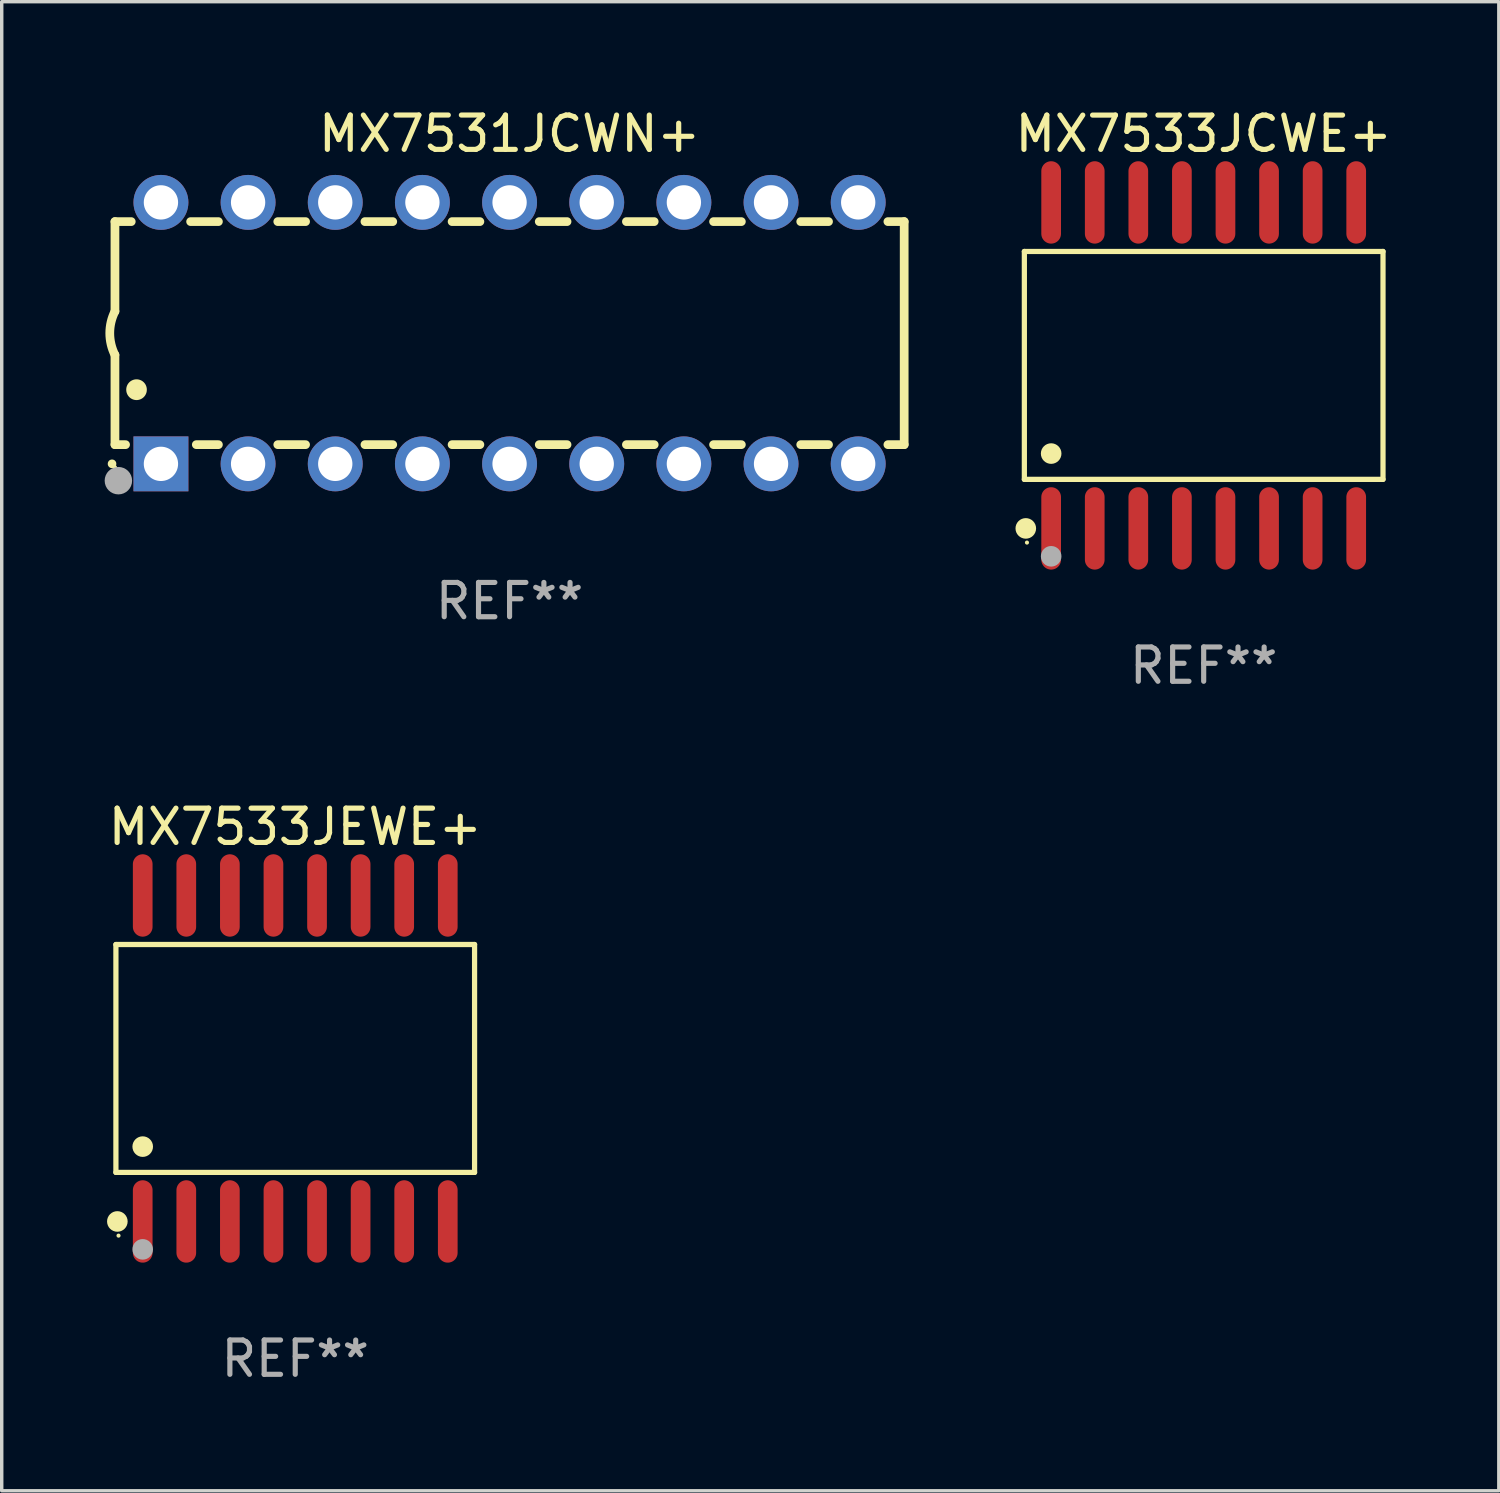
<source format=kicad_pcb>
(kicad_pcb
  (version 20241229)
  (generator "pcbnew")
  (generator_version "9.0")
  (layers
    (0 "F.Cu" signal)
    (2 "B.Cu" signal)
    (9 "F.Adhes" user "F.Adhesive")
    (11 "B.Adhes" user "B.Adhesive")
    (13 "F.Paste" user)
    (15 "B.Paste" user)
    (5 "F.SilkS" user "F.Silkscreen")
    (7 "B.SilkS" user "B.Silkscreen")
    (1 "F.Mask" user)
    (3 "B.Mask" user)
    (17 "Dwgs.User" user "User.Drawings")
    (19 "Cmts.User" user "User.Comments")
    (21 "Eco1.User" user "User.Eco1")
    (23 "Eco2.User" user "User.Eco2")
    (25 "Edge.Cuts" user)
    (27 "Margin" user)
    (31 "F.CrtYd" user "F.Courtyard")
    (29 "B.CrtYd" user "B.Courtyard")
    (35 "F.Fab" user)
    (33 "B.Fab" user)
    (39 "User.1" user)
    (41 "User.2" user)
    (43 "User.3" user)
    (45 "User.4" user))
  (footprint "MX7533JEWE+"
    (layer "F.Cu")
    (at 5.554 27.796)
    (property "Reference" "MX7533JEWE+" (at 0 -6.75 0) (layer "F.SilkS") (effects (font (size 1 1) (thickness 0.15))))
    (attr through_hole)
    (fp_line (start -5.226 -3.321) (end 5.226 -3.321) (stroke (width 0.152) (type solid)) (layer "F.SilkS"))
    (fp_line (start -5.226 3.321) (end -5.226 -3.321) (stroke (width 0.152) (type solid)) (layer "F.SilkS"))
    (fp_line (start 5.226 -3.321) (end 5.226 3.321) (stroke (width 0.152) (type solid)) (layer "F.SilkS"))
    (fp_line (start 5.226 3.321) (end -5.226 3.321) (stroke (width 0.152) (type solid)) (layer "F.SilkS"))
    (fp_circle (center -5.184 4.75) (end -5.034 4.75) (stroke (width 0.3) (type solid)) (fill no) (layer "F.SilkS"))
    (fp_circle (center -5.15 5.163) (end -5.12 5.163) (stroke (width 0.06) (type solid)) (fill no) (layer "F.SilkS"))
    (fp_circle (center -4.445 2.569) (end -4.295 2.569) (stroke (width 0.3) (type solid)) (fill no) (layer "F.SilkS"))
    (fp_circle (center -4.445 5.563) (end -4.295 5.563) (stroke (width 0.3) (type solid)) (fill no) (layer "F.Fab"))
    (fp_text user "REF**" (at 0 8.75 0) (layer "F.Fab") (effects (font (size 1 1) (thickness 0.15))))
    (pad "1" smd oval (at -4.445 4.75) (size 0.574 2.401) (layers "F.Cu" "F.Mask" "F.Paste"))
    (pad "2" smd oval (at -3.175 4.75) (size 0.574 2.401) (layers "F.Cu" "F.Mask" "F.Paste"))
    (pad "3" smd oval (at -1.905 4.75) (size 0.574 2.401) (layers "F.Cu" "F.Mask" "F.Paste"))
    (pad "4" smd oval (at -0.635 4.75) (size 0.574 2.401) (layers "F.Cu" "F.Mask" "F.Paste"))
    (pad "5" smd oval (at 0.635 4.75) (size 0.574 2.401) (layers "F.Cu" "F.Mask" "F.Paste"))
    (pad "6" smd oval (at 1.905 4.75) (size 0.574 2.401) (layers "F.Cu" "F.Mask" "F.Paste"))
    (pad "7" smd oval (at 3.175 4.75) (size 0.574 2.401) (layers "F.Cu" "F.Mask" "F.Paste"))
    (pad "8" smd oval (at 4.445 4.75) (size 0.574 2.401) (layers "F.Cu" "F.Mask" "F.Paste"))
    (pad "9" smd oval (at 4.445 -4.75) (size 0.574 2.401) (layers "F.Cu" "F.Mask" "F.Paste"))
    (pad "10" smd oval (at 3.175 -4.75) (size 0.574 2.401) (layers "F.Cu" "F.Mask" "F.Paste"))
    (pad "11" smd oval (at 1.905 -4.75) (size 0.574 2.401) (layers "F.Cu" "F.Mask" "F.Paste"))
    (pad "12" smd oval (at 0.635 -4.75) (size 0.574 2.401) (layers "F.Cu" "F.Mask" "F.Paste"))
    (pad "13" smd oval (at -0.635 -4.75) (size 0.574 2.401) (layers "F.Cu" "F.Mask" "F.Paste"))
    (pad "14" smd oval (at -1.905 -4.75) (size 0.574 2.401) (layers "F.Cu" "F.Mask" "F.Paste"))
    (pad "15" smd oval (at -3.175 -4.75) (size 0.574 2.401) (layers "F.Cu" "F.Mask" "F.Paste"))
    (pad "16" smd oval (at -4.445 -4.75) (size 0.574 2.401) (layers "F.Cu" "F.Mask" "F.Paste")))
  (footprint "MX7531JCWN+"
    (layer "F.Cu")
    (at 11.8 6.658)
    (property "Reference" "MX7531JCWN+" (at 0 -5.81 0) (layer "F.SilkS") (effects (font (size 1 1) (thickness 0.15))))
    (attr through_hole)
    (fp_line (start -11.5 -3.25) (end -11.5 -0.635) (stroke (width 0.254) (type solid)) (layer "F.SilkS"))
    (fp_line (start -11.5 3.25) (end -11.5 0.635) (stroke (width 0.254) (type solid)) (layer "F.SilkS"))
    (fp_line (start -11.5 3.25) (end -11.191 3.25) (stroke (width 0.254) (type solid)) (layer "F.SilkS"))
    (fp_line (start -11.025 -3.25) (end -11.5 -3.25) (stroke (width 0.254) (type solid)) (layer "F.SilkS"))
    (fp_line (start -9.129 3.25) (end -8.485 3.25) (stroke (width 0.254) (type solid)) (layer "F.SilkS"))
    (fp_line (start -8.485 -3.25) (end -9.295 -3.25) (stroke (width 0.254) (type solid)) (layer "F.SilkS"))
    (fp_line (start -6.755 3.25) (end -5.945 3.25) (stroke (width 0.254) (type solid)) (layer "F.SilkS"))
    (fp_line (start -5.945 -3.25) (end -6.755 -3.25) (stroke (width 0.254) (type solid)) (layer "F.SilkS"))
    (fp_line (start -4.215 3.25) (end -3.405 3.25) (stroke (width 0.254) (type solid)) (layer "F.SilkS"))
    (fp_line (start -3.405 -3.25) (end -4.215 -3.25) (stroke (width 0.254) (type solid)) (layer "F.SilkS"))
    (fp_line (start -1.675 3.25) (end -0.865 3.25) (stroke (width 0.254) (type solid)) (layer "F.SilkS"))
    (fp_line (start -0.865 -3.25) (end -1.675 -3.25) (stroke (width 0.254) (type solid)) (layer "F.SilkS"))
    (fp_line (start 0.865 3.25) (end 1.675 3.25) (stroke (width 0.254) (type solid)) (layer "F.SilkS"))
    (fp_line (start 1.675 -3.25) (end 0.865 -3.25) (stroke (width 0.254) (type solid)) (layer "F.SilkS"))
    (fp_line (start 3.405 3.25) (end 4.215 3.25) (stroke (width 0.254) (type solid)) (layer "F.SilkS"))
    (fp_line (start 4.215 -3.25) (end 3.405 -3.25) (stroke (width 0.254) (type solid)) (layer "F.SilkS"))
    (fp_line (start 5.945 3.25) (end 6.755 3.25) (stroke (width 0.254) (type solid)) (layer "F.SilkS"))
    (fp_line (start 6.755 -3.25) (end 5.945 -3.25) (stroke (width 0.254) (type solid)) (layer "F.SilkS"))
    (fp_line (start 8.485 3.25) (end 9.295 3.25) (stroke (width 0.254) (type solid)) (layer "F.SilkS"))
    (fp_line (start 9.295 -3.25) (end 8.485 -3.25) (stroke (width 0.254) (type solid)) (layer "F.SilkS"))
    (fp_line (start 11.025 3.25) (end 11.5 3.25) (stroke (width 0.254) (type solid)) (layer "F.SilkS"))
    (fp_line (start 11.5 -3.25) (end 11.025 -3.25) (stroke (width 0.254) (type solid)) (layer "F.SilkS"))
    (fp_line (start 11.5 -3.25) (end 11.5 3.25) (stroke (width 0.254) (type solid)) (layer "F.SilkS"))
    (fp_arc (start -11.584963 3.810008) (mid -11.58497 3.808738) (end -11.584963 3.807468) (stroke (width 0.25) (type solid)) (layer "F.SilkS"))
    (fp_arc (start -11.501143 0.635001) (mid -11.650665 -0.000132) (end -11.500025 -0.635001) (stroke (width 0.254001) (type solid)) (layer "F.SilkS"))
    (fp_arc (start -10.871222 1.651003) (mid -10.871233 1.648463) (end -10.871222 1.645923) (stroke (width 0.6) (type solid)) (layer "F.SilkS"))
    (fp_circle (center -11.5 3.91) (end -11.47 3.91) (stroke (width 0.06) (type solid)) (fill no) (layer "F.SilkS"))
    (fp_circle (center -11.4 4.3) (end -11.2 4.3) (stroke (width 0.4) (type solid)) (fill no) (layer "F.Fab"))
    (fp_text user "REF**" (at 0 7.81 0) (layer "F.Fab") (effects (font (size 1 1) (thickness 0.15))))
    (pad "1" thru_hole rect (at -10.16 3.81 90) (size 1.6 1.6) (drill 1) (layers "*.Cu" "*.Mask"))
    (pad "2" thru_hole circle (at -7.62 3.81 90) (size 1.6 1.6) (drill 1) (layers "*.Cu" "*.Mask"))
    (pad "3" thru_hole circle (at -5.08 3.81 90) (size 1.6 1.6) (drill 1) (layers "*.Cu" "*.Mask"))
    (pad "4" thru_hole circle (at -2.54 3.81 90) (size 1.6 1.6) (drill 1) (layers "*.Cu" "*.Mask"))
    (pad "5" thru_hole circle (at 0 3.81 90) (size 1.6 1.6) (drill 1) (layers "*.Cu" "*.Mask"))
    (pad "6" thru_hole circle (at 2.54 3.81 90) (size 1.6 1.6) (drill 1) (layers "*.Cu" "*.Mask"))
    (pad "7" thru_hole circle (at 5.08 3.81 90) (size 1.6 1.6) (drill 1) (layers "*.Cu" "*.Mask"))
    (pad "8" thru_hole circle (at 7.62 3.81 90) (size 1.6 1.6) (drill 1) (layers "*.Cu" "*.Mask"))
    (pad "9" thru_hole circle (at 10.16 3.81 90) (size 1.6 1.6) (drill 1) (layers "*.Cu" "*.Mask"))
    (pad "10" thru_hole circle (at 10.16 -3.81 90) (size 1.6 1.6) (drill 1) (layers "*.Cu" "*.Mask"))
    (pad "11" thru_hole circle (at 7.62 -3.81 90) (size 1.6 1.6) (drill 1) (layers "*.Cu" "*.Mask"))
    (pad "12" thru_hole circle (at 5.08 -3.81 90) (size 1.6 1.6) (drill 1) (layers "*.Cu" "*.Mask"))
    (pad "13" thru_hole circle (at 2.54 -3.81 90) (size 1.6 1.6) (drill 1) (layers "*.Cu" "*.Mask"))
    (pad "14" thru_hole circle (at 0 -3.81 90) (size 1.6 1.6) (drill 1) (layers "*.Cu" "*.Mask"))
    (pad "15" thru_hole circle (at -2.54 -3.81 90) (size 1.6 1.6) (drill 1) (layers "*.Cu" "*.Mask"))
    (pad "16" thru_hole circle (at -5.08 -3.81 90) (size 1.6 1.6) (drill 1) (layers "*.Cu" "*.Mask"))
    (pad "17" thru_hole circle (at -7.62 -3.81 90) (size 1.6 1.6) (drill 1) (layers "*.Cu" "*.Mask"))
    (pad "18" thru_hole circle (at -10.16 -3.81 90) (size 1.6 1.6) (drill 1) (layers "*.Cu" "*.Mask")))
  (footprint "MX7533JCWE+"
    (layer "F.Cu")
    (at 32.028 7.599)
    (property "Reference" "MX7533JCWE+" (at 0 -6.75 0) (layer "F.SilkS") (effects (font (size 1 1) (thickness 0.15))))
    (attr through_hole)
    (fp_line (start -5.226 -3.321) (end 5.226 -3.321) (stroke (width 0.152) (type solid)) (layer "F.SilkS"))
    (fp_line (start -5.226 3.321) (end -5.226 -3.321) (stroke (width 0.152) (type solid)) (layer "F.SilkS"))
    (fp_line (start 5.226 -3.321) (end 5.226 3.321) (stroke (width 0.152) (type solid)) (layer "F.SilkS"))
    (fp_line (start 5.226 3.321) (end -5.226 3.321) (stroke (width 0.152) (type solid)) (layer "F.SilkS"))
    (fp_circle (center -5.184 4.75) (end -5.034 4.75) (stroke (width 0.3) (type solid)) (fill no) (layer "F.SilkS"))
    (fp_circle (center -5.15 5.163) (end -5.12 5.163) (stroke (width 0.06) (type solid)) (fill no) (layer "F.SilkS"))
    (fp_circle (center -4.445 2.569) (end -4.295 2.569) (stroke (width 0.3) (type solid)) (fill no) (layer "F.SilkS"))
    (fp_circle (center -4.445 5.563) (end -4.295 5.563) (stroke (width 0.3) (type solid)) (fill no) (layer "F.Fab"))
    (fp_text user "REF**" (at 0 8.75 0) (layer "F.Fab") (effects (font (size 1 1) (thickness 0.15))))
    (pad "1" smd oval (at -4.445 4.75) (size 0.574 2.401) (layers "F.Cu" "F.Mask" "F.Paste"))
    (pad "2" smd oval (at -3.175 4.75) (size 0.574 2.401) (layers "F.Cu" "F.Mask" "F.Paste"))
    (pad "3" smd oval (at -1.905 4.75) (size 0.574 2.401) (layers "F.Cu" "F.Mask" "F.Paste"))
    (pad "4" smd oval (at -0.635 4.75) (size 0.574 2.401) (layers "F.Cu" "F.Mask" "F.Paste"))
    (pad "5" smd oval (at 0.635 4.75) (size 0.574 2.401) (layers "F.Cu" "F.Mask" "F.Paste"))
    (pad "6" smd oval (at 1.905 4.75) (size 0.574 2.401) (layers "F.Cu" "F.Mask" "F.Paste"))
    (pad "7" smd oval (at 3.175 4.75) (size 0.574 2.401) (layers "F.Cu" "F.Mask" "F.Paste"))
    (pad "8" smd oval (at 4.445 4.75) (size 0.574 2.401) (layers "F.Cu" "F.Mask" "F.Paste"))
    (pad "9" smd oval (at 4.445 -4.75) (size 0.574 2.401) (layers "F.Cu" "F.Mask" "F.Paste"))
    (pad "10" smd oval (at 3.175 -4.75) (size 0.574 2.401) (layers "F.Cu" "F.Mask" "F.Paste"))
    (pad "11" smd oval (at 1.905 -4.75) (size 0.574 2.401) (layers "F.Cu" "F.Mask" "F.Paste"))
    (pad "12" smd oval (at 0.635 -4.75) (size 0.574 2.401) (layers "F.Cu" "F.Mask" "F.Paste"))
    (pad "13" smd oval (at -0.635 -4.75) (size 0.574 2.401) (layers "F.Cu" "F.Mask" "F.Paste"))
    (pad "14" smd oval (at -1.905 -4.75) (size 0.574 2.401) (layers "F.Cu" "F.Mask" "F.Paste"))
    (pad "15" smd oval (at -3.175 -4.75) (size 0.574 2.401) (layers "F.Cu" "F.Mask" "F.Paste"))
    (pad "16" smd oval (at -4.445 -4.75) (size 0.574 2.401) (layers "F.Cu" "F.Mask" "F.Paste")))
  (gr_rect
    (start -3 -3)
    (end 40.629 40.394)
    (stroke (width 0.1) (type default))
    (fill no)
    (layer "Edge.Cuts")))
</source>
